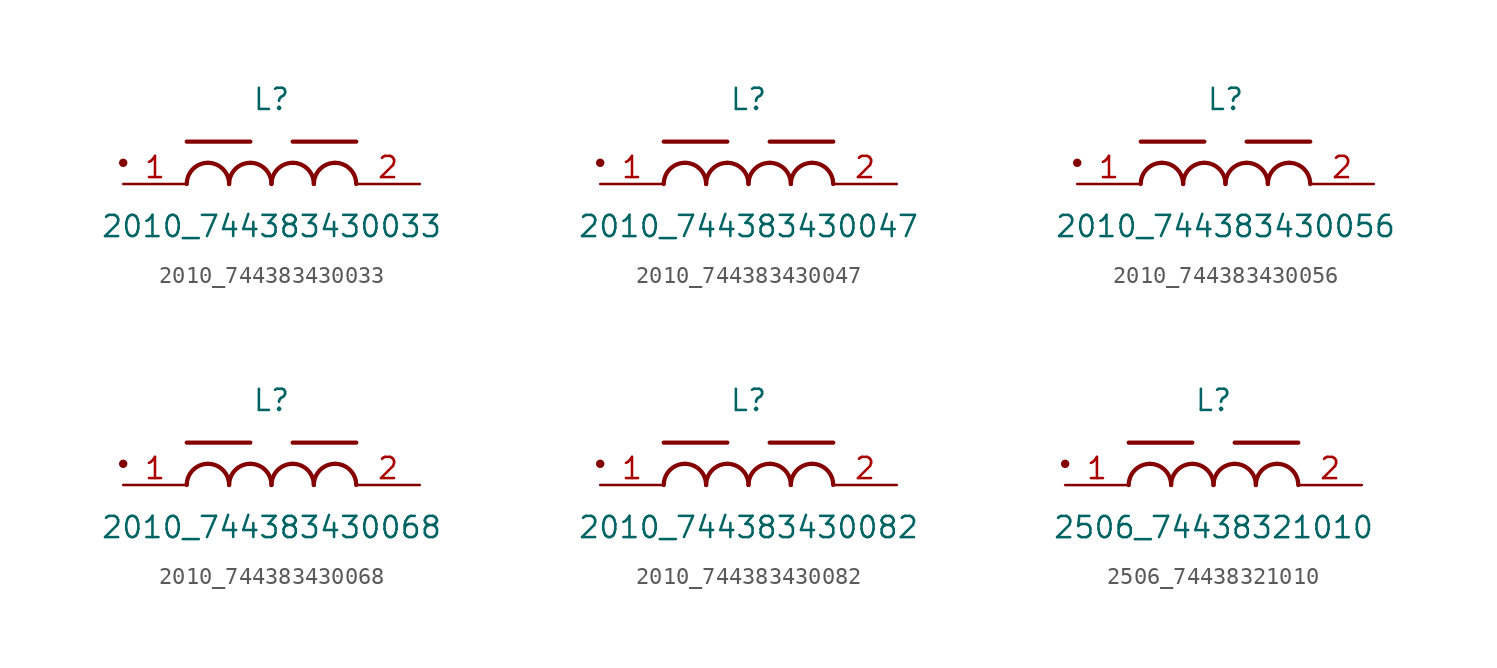
<source format=kicad_sym>
(kicad_symbol_lib
  (version 20211014)
  (generator kicad_symbol_editor)
  (symbol "Inductor_Wurth_WE-MAPI:2010_744383430033"
    (pin_names hide)
    (property "Reference" "L"
      (at 0 5.08 0)
      (effects (font (size 1.27 1.27))))
    (property "Value" "2010_744383430033"
      (at 0 -2.54 0)
      (effects (font (size 1.27 1.27))))
    (symbol "2010_744383430033_0_1"
      (circle (center -8.89 1.27) (radius 0.0001) (stroke (width 0.254)) (stroke (width 0.254) (type default) (color 0 0 0 0)) (fill (type none)))
      (arc (start -3.81 1.27) (mid -4.708 0.898) (end -5.08 0) (stroke (width 0.254) (type default) (color 0 0 0 0)) (fill (type none)))
      (arc (start -2.54 0) (mid -2.912 0.898) (end -3.81 1.27) (stroke (width 0.254) (type default) (color 0 0 0 0)) (fill (type none)))
      (arc (start -1.2699 1.2701) (mid -2.1679 0.8981) (end -2.5399 0.0001) (stroke (width 0.254) (type default) (color 0 0 0 0)) (fill (type none)))
      (polyline (pts (xy -5.08 2.54) (xy -1.27 2.54)) (stroke (width 0.254) (type default) (color 0 0 0 0)) (fill (type none)))
      (polyline (pts (xy 5.08 2.54) (xy 1.27 2.54)) (stroke (width 0.254) (type default) (color 0 0 0 0)) (fill (type none)))
      (arc (start 0.0001 0.0001) (mid -0.3719 0.8981) (end -1.2699 1.2701) (stroke (width 0.254) (type default) (color 0 0 0 0)) (fill (type none)))
      (arc (start 1.2701 1.2701) (mid 0.3721 0.8981) (end 0.0001 0.0001) (stroke (width 0.254) (type default) (color 0 0 0 0)) (fill (type none)))
      (arc (start 2.5401 0.0001) (mid 2.1681 0.8981) (end 1.2701 1.2701) (stroke (width 0.254) (type default) (color 0 0 0 0)) (fill (type none)))
      (arc (start 3.8101 1.2701) (mid 2.9121 0.8981) (end 2.5401 0.0001) (stroke (width 0.254) (type default) (color 0 0 0 0)) (fill (type none)))
      (arc (start 5.0801 0.0001) (mid 4.7081 0.8981) (end 3.8101 1.2701) (stroke (width 0.254) (type default) (color 0 0 0 0)) (fill (type none))))
    (symbol "2010_744383430033_1_1"
      (pin passive line (at -8.89 0 0) (length 3.81) (name "1" (effects (font (size 1.27 1.27)))) (number "1" (effects (font (size 1.27 1.27)))))
      (pin passive line (at 8.89 0 180) (length 3.81) (name "2" (effects (font (size 1.27 1.27)))) (number "2" (effects (font (size 1.27 1.27)))))))
  (symbol "Inductor_Wurth_WE-MAPI:2010_744383430047"
    (pin_names hide)
    (property "Reference" "L"
      (at 0 5.08 0)
      (effects (font (size 1.27 1.27))))
    (property "Value" "2010_744383430047"
      (at 0 -2.54 0)
      (effects (font (size 1.27 1.27))))
    (symbol "2010_744383430047_0_1"
      (circle (center -8.89 1.27) (radius 0.0001) (stroke (width 0.254)) (stroke (width 0.254) (type default) (color 0 0 0 0)) (fill (type none)))
      (arc (start -3.81 1.27) (mid -4.708 0.898) (end -5.08 0) (stroke (width 0.254) (type default) (color 0 0 0 0)) (fill (type none)))
      (arc (start -2.54 0) (mid -2.912 0.898) (end -3.81 1.27) (stroke (width 0.254) (type default) (color 0 0 0 0)) (fill (type none)))
      (arc (start -1.2699 1.2701) (mid -2.1679 0.8981) (end -2.5399 0.0001) (stroke (width 0.254) (type default) (color 0 0 0 0)) (fill (type none)))
      (polyline (pts (xy -5.08 2.54) (xy -1.27 2.54)) (stroke (width 0.254) (type default) (color 0 0 0 0)) (fill (type none)))
      (polyline (pts (xy 5.08 2.54) (xy 1.27 2.54)) (stroke (width 0.254) (type default) (color 0 0 0 0)) (fill (type none)))
      (arc (start 0.0001 0.0001) (mid -0.3719 0.8981) (end -1.2699 1.2701) (stroke (width 0.254) (type default) (color 0 0 0 0)) (fill (type none)))
      (arc (start 1.2701 1.2701) (mid 0.3721 0.8981) (end 0.0001 0.0001) (stroke (width 0.254) (type default) (color 0 0 0 0)) (fill (type none)))
      (arc (start 2.5401 0.0001) (mid 2.1681 0.8981) (end 1.2701 1.2701) (stroke (width 0.254) (type default) (color 0 0 0 0)) (fill (type none)))
      (arc (start 3.8101 1.2701) (mid 2.9121 0.8981) (end 2.5401 0.0001) (stroke (width 0.254) (type default) (color 0 0 0 0)) (fill (type none)))
      (arc (start 5.0801 0.0001) (mid 4.7081 0.8981) (end 3.8101 1.2701) (stroke (width 0.254) (type default) (color 0 0 0 0)) (fill (type none))))
    (symbol "2010_744383430047_1_1"
      (pin passive line (at -8.89 0 0) (length 3.81) (name "1" (effects (font (size 1.27 1.27)))) (number "1" (effects (font (size 1.27 1.27)))))
      (pin passive line (at 8.89 0 180) (length 3.81) (name "2" (effects (font (size 1.27 1.27)))) (number "2" (effects (font (size 1.27 1.27)))))))
  (symbol "Inductor_Wurth_WE-MAPI:2010_744383430056"
    (pin_names hide)
    (property "Reference" "L"
      (at 0 5.08 0)
      (effects (font (size 1.27 1.27))))
    (property "Value" "2010_744383430056"
      (at 0 -2.54 0)
      (effects (font (size 1.27 1.27))))
    (symbol "2010_744383430056_0_1"
      (circle (center -8.89 1.27) (radius 0.0001) (stroke (width 0.254)) (stroke (width 0.254) (type default) (color 0 0 0 0)) (fill (type none)))
      (arc (start -3.81 1.27) (mid -4.708 0.898) (end -5.08 0) (stroke (width 0.254) (type default) (color 0 0 0 0)) (fill (type none)))
      (arc (start -2.54 0) (mid -2.912 0.898) (end -3.81 1.27) (stroke (width 0.254) (type default) (color 0 0 0 0)) (fill (type none)))
      (arc (start -1.2699 1.2701) (mid -2.1679 0.8981) (end -2.5399 0.0001) (stroke (width 0.254) (type default) (color 0 0 0 0)) (fill (type none)))
      (polyline (pts (xy -5.08 2.54) (xy -1.27 2.54)) (stroke (width 0.254) (type default) (color 0 0 0 0)) (fill (type none)))
      (polyline (pts (xy 5.08 2.54) (xy 1.27 2.54)) (stroke (width 0.254) (type default) (color 0 0 0 0)) (fill (type none)))
      (arc (start 0.0001 0.0001) (mid -0.3719 0.8981) (end -1.2699 1.2701) (stroke (width 0.254) (type default) (color 0 0 0 0)) (fill (type none)))
      (arc (start 1.2701 1.2701) (mid 0.3721 0.8981) (end 0.0001 0.0001) (stroke (width 0.254) (type default) (color 0 0 0 0)) (fill (type none)))
      (arc (start 2.5401 0.0001) (mid 2.1681 0.8981) (end 1.2701 1.2701) (stroke (width 0.254) (type default) (color 0 0 0 0)) (fill (type none)))
      (arc (start 3.8101 1.2701) (mid 2.9121 0.8981) (end 2.5401 0.0001) (stroke (width 0.254) (type default) (color 0 0 0 0)) (fill (type none)))
      (arc (start 5.0801 0.0001) (mid 4.7081 0.8981) (end 3.8101 1.2701) (stroke (width 0.254) (type default) (color 0 0 0 0)) (fill (type none))))
    (symbol "2010_744383430056_1_1"
      (pin passive line (at -8.89 0 0) (length 3.81) (name "1" (effects (font (size 1.27 1.27)))) (number "1" (effects (font (size 1.27 1.27)))))
      (pin passive line (at 8.89 0 180) (length 3.81) (name "2" (effects (font (size 1.27 1.27)))) (number "2" (effects (font (size 1.27 1.27)))))))
  (symbol "Inductor_Wurth_WE-MAPI:2010_744383430068"
    (pin_names hide)
    (property "Reference" "L"
      (at 0 5.08 0)
      (effects (font (size 1.27 1.27))))
    (property "Value" "2010_744383430068"
      (at 0 -2.54 0)
      (effects (font (size 1.27 1.27))))
    (symbol "2010_744383430068_0_1"
      (circle (center -8.89 1.27) (radius 0.0001) (stroke (width 0.254)) (stroke (width 0.254) (type default) (color 0 0 0 0)) (fill (type none)))
      (arc (start -3.81 1.27) (mid -4.708 0.898) (end -5.08 0) (stroke (width 0.254) (type default) (color 0 0 0 0)) (fill (type none)))
      (arc (start -2.54 0) (mid -2.912 0.898) (end -3.81 1.27) (stroke (width 0.254) (type default) (color 0 0 0 0)) (fill (type none)))
      (arc (start -1.2699 1.2701) (mid -2.1679 0.8981) (end -2.5399 0.0001) (stroke (width 0.254) (type default) (color 0 0 0 0)) (fill (type none)))
      (polyline (pts (xy -5.08 2.54) (xy -1.27 2.54)) (stroke (width 0.254) (type default) (color 0 0 0 0)) (fill (type none)))
      (polyline (pts (xy 5.08 2.54) (xy 1.27 2.54)) (stroke (width 0.254) (type default) (color 0 0 0 0)) (fill (type none)))
      (arc (start 0.0001 0.0001) (mid -0.3719 0.8981) (end -1.2699 1.2701) (stroke (width 0.254) (type default) (color 0 0 0 0)) (fill (type none)))
      (arc (start 1.2701 1.2701) (mid 0.3721 0.8981) (end 0.0001 0.0001) (stroke (width 0.254) (type default) (color 0 0 0 0)) (fill (type none)))
      (arc (start 2.5401 0.0001) (mid 2.1681 0.8981) (end 1.2701 1.2701) (stroke (width 0.254) (type default) (color 0 0 0 0)) (fill (type none)))
      (arc (start 3.8101 1.2701) (mid 2.9121 0.8981) (end 2.5401 0.0001) (stroke (width 0.254) (type default) (color 0 0 0 0)) (fill (type none)))
      (arc (start 5.0801 0.0001) (mid 4.7081 0.8981) (end 3.8101 1.2701) (stroke (width 0.254) (type default) (color 0 0 0 0)) (fill (type none))))
    (symbol "2010_744383430068_1_1"
      (pin passive line (at -8.89 0 0) (length 3.81) (name "1" (effects (font (size 1.27 1.27)))) (number "1" (effects (font (size 1.27 1.27)))))
      (pin passive line (at 8.89 0 180) (length 3.81) (name "2" (effects (font (size 1.27 1.27)))) (number "2" (effects (font (size 1.27 1.27)))))))
  (symbol "Inductor_Wurth_WE-MAPI:2010_744383430082"
    (pin_names hide)
    (property "Reference" "L"
      (at 0 5.08 0)
      (effects (font (size 1.27 1.27))))
    (property "Value" "2010_744383430082"
      (at 0 -2.54 0)
      (effects (font (size 1.27 1.27))))
    (symbol "2010_744383430082_0_1"
      (circle (center -8.89 1.27) (radius 0.0001) (stroke (width 0.254)) (stroke (width 0.254) (type default) (color 0 0 0 0)) (fill (type none)))
      (arc (start -3.81 1.27) (mid -4.708 0.898) (end -5.08 0) (stroke (width 0.254) (type default) (color 0 0 0 0)) (fill (type none)))
      (arc (start -2.54 0) (mid -2.912 0.898) (end -3.81 1.27) (stroke (width 0.254) (type default) (color 0 0 0 0)) (fill (type none)))
      (arc (start -1.2699 1.2701) (mid -2.1679 0.8981) (end -2.5399 0.0001) (stroke (width 0.254) (type default) (color 0 0 0 0)) (fill (type none)))
      (polyline (pts (xy -5.08 2.54) (xy -1.27 2.54)) (stroke (width 0.254) (type default) (color 0 0 0 0)) (fill (type none)))
      (polyline (pts (xy 5.08 2.54) (xy 1.27 2.54)) (stroke (width 0.254) (type default) (color 0 0 0 0)) (fill (type none)))
      (arc (start 0.0001 0.0001) (mid -0.3719 0.8981) (end -1.2699 1.2701) (stroke (width 0.254) (type default) (color 0 0 0 0)) (fill (type none)))
      (arc (start 1.2701 1.2701) (mid 0.3721 0.8981) (end 0.0001 0.0001) (stroke (width 0.254) (type default) (color 0 0 0 0)) (fill (type none)))
      (arc (start 2.5401 0.0001) (mid 2.1681 0.8981) (end 1.2701 1.2701) (stroke (width 0.254) (type default) (color 0 0 0 0)) (fill (type none)))
      (arc (start 3.8101 1.2701) (mid 2.9121 0.8981) (end 2.5401 0.0001) (stroke (width 0.254) (type default) (color 0 0 0 0)) (fill (type none)))
      (arc (start 5.0801 0.0001) (mid 4.7081 0.8981) (end 3.8101 1.2701) (stroke (width 0.254) (type default) (color 0 0 0 0)) (fill (type none))))
    (symbol "2010_744383430082_1_1"
      (pin passive line (at -8.89 0 0) (length 3.81) (name "1" (effects (font (size 1.27 1.27)))) (number "1" (effects (font (size 1.27 1.27)))))
      (pin passive line (at 8.89 0 180) (length 3.81) (name "2" (effects (font (size 1.27 1.27)))) (number "2" (effects (font (size 1.27 1.27)))))))
  (symbol "Inductor_Wurth_WE-MAPI:2506_74438321010"
    (pin_names hide)
    (property "Reference" "L"
      (at 0 5.08 0)
      (effects (font (size 1.27 1.27))))
    (property "Value" "2506_74438321010"
      (at 0 -2.54 0)
      (effects (font (size 1.27 1.27))))
    (symbol "2506_74438321010_0_1"
      (circle (center -8.89 1.27) (radius 0.0001) (stroke (width 0.254)) (stroke (width 0.254) (type default) (color 0 0 0 0)) (fill (type none)))
      (arc (start -3.81 1.27) (mid -4.708 0.898) (end -5.08 0) (stroke (width 0.254) (type default) (color 0 0 0 0)) (fill (type none)))
      (arc (start -2.54 0) (mid -2.912 0.898) (end -3.81 1.27) (stroke (width 0.254) (type default) (color 0 0 0 0)) (fill (type none)))
      (arc (start -1.2699 1.2701) (mid -2.1679 0.8981) (end -2.5399 0.0001) (stroke (width 0.254) (type default) (color 0 0 0 0)) (fill (type none)))
      (polyline (pts (xy -5.08 2.54) (xy -1.27 2.54)) (stroke (width 0.254) (type default) (color 0 0 0 0)) (fill (type none)))
      (polyline (pts (xy 5.08 2.54) (xy 1.27 2.54)) (stroke (width 0.254) (type default) (color 0 0 0 0)) (fill (type none)))
      (arc (start 0.0001 0.0001) (mid -0.3719 0.8981) (end -1.2699 1.2701) (stroke (width 0.254) (type default) (color 0 0 0 0)) (fill (type none)))
      (arc (start 1.2701 1.2701) (mid 0.3721 0.8981) (end 0.0001 0.0001) (stroke (width 0.254) (type default) (color 0 0 0 0)) (fill (type none)))
      (arc (start 2.5401 0.0001) (mid 2.1681 0.8981) (end 1.2701 1.2701) (stroke (width 0.254) (type default) (color 0 0 0 0)) (fill (type none)))
      (arc (start 3.8101 1.2701) (mid 2.9121 0.8981) (end 2.5401 0.0001) (stroke (width 0.254) (type default) (color 0 0 0 0)) (fill (type none)))
      (arc (start 5.0801 0.0001) (mid 4.7081 0.8981) (end 3.8101 1.2701) (stroke (width 0.254) (type default) (color 0 0 0 0)) (fill (type none))))
    (symbol "2506_74438321010_1_1"
      (pin passive line (at -8.89 0 0) (length 3.81) (name "1" (effects (font (size 1.27 1.27)))) (number "1" (effects (font (size 1.27 1.27)))))
      (pin passive line (at 8.89 0 180) (length 3.81) (name "2" (effects (font (size 1.27 1.27)))) (number "2" (effects (font (size 1.27 1.27))))))))
</source>
